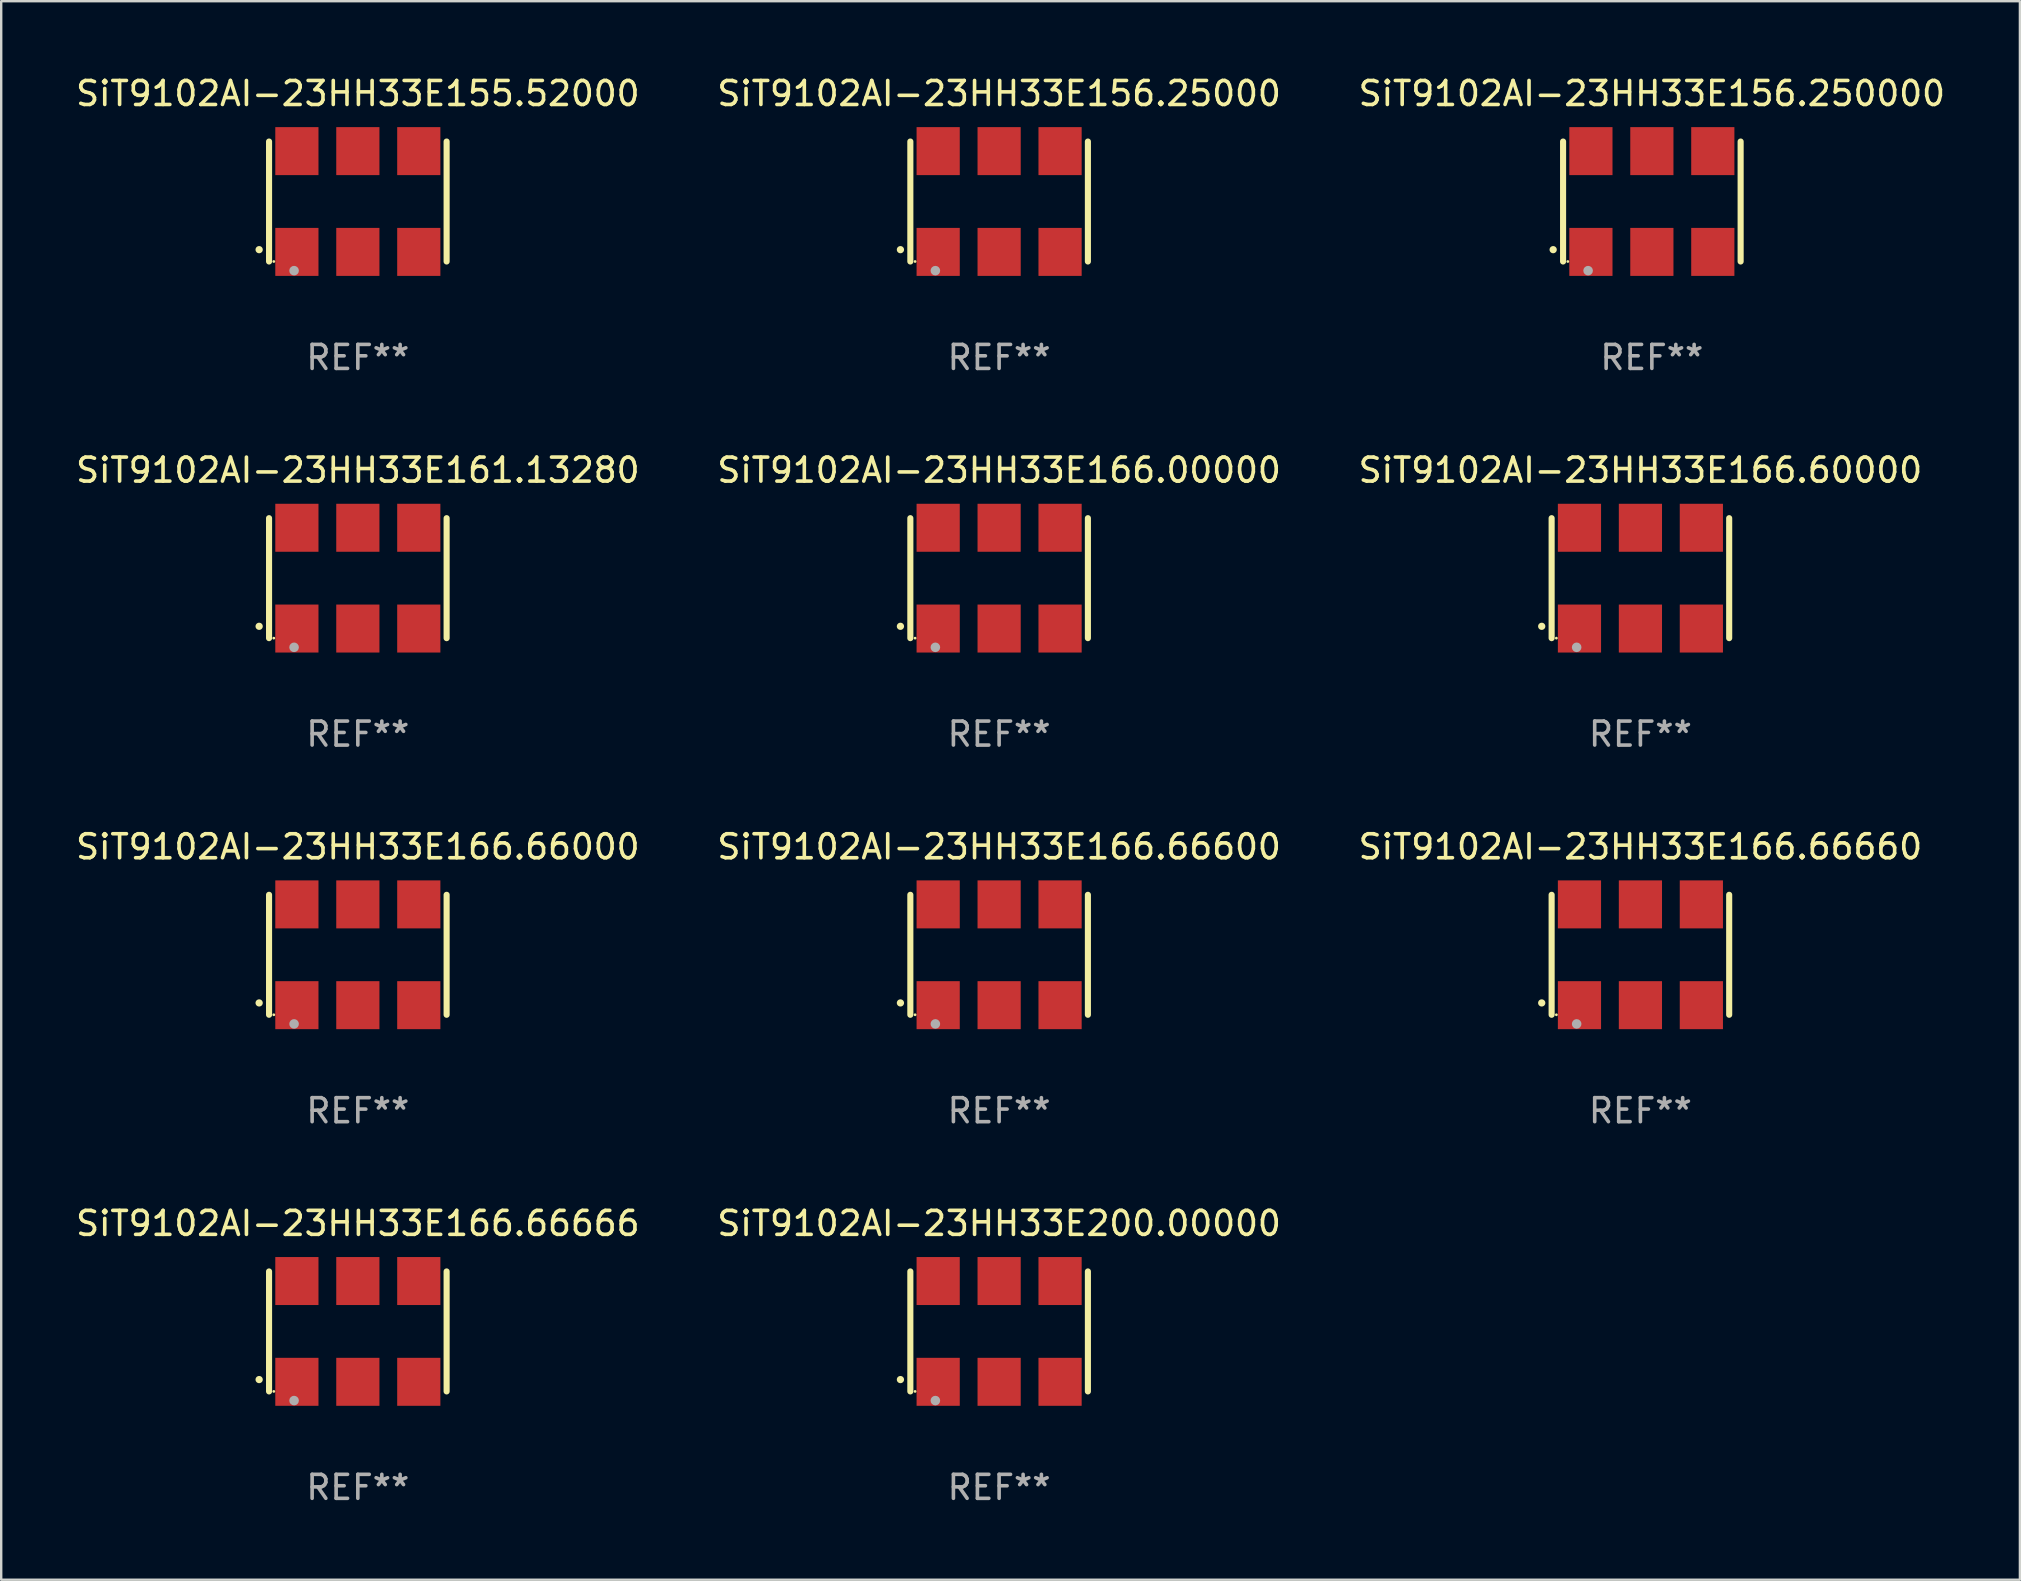
<source format=kicad_pcb>
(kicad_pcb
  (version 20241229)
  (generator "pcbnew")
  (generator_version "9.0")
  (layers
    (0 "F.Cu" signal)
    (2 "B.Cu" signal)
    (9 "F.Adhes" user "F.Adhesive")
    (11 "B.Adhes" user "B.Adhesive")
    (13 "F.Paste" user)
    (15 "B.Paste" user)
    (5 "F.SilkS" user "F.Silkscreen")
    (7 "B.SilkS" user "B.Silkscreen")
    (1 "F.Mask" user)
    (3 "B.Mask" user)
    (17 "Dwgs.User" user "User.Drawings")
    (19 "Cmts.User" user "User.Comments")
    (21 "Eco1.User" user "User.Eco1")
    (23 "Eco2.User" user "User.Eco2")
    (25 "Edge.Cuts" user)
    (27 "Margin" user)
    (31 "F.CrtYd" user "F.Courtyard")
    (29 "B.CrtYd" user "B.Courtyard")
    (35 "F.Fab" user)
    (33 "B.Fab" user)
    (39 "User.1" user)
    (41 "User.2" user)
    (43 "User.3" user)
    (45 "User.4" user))
  (footprint "SiT9102AI-23HH33E155.52000"
    (layer "F.Cu")
    (at 11.863 5.348)
    (property "Reference" "SiT9102AI-23HH33E155.52000" (at 0 -4.5 0) (layer "F.SilkS") (effects (font (size 1 1) (thickness 0.15))))
    (attr through_hole)
    (fp_line (start -3.7 -2.5) (end -3.7 2.5) (stroke (width 0.254) (type solid)) (layer "F.SilkS"))
    (fp_line (start 3.7 -2.5) (end 3.7 2.5) (stroke (width 0.254) (type solid)) (layer "F.SilkS"))
    (fp_arc (start -4.114415 2.006604) (mid -4.113145 2.006599) (end -4.111875 2.006604) (stroke (width 0.3) (type solid)) (layer "F.SilkS"))
    (fp_circle (center -3.502 2.5) (end -3.472 2.5) (stroke (width 0.06) (type solid)) (fill no) (layer "F.SilkS"))
    (fp_circle (center -2.657 2.882) (end -2.557 2.882) (stroke (width 0.2) (type solid)) (fill no) (layer "F.Fab"))
    (fp_text user "REF**" (at 0 6.5 0) (layer "F.Fab") (effects (font (size 1 1) (thickness 0.15))))
    (pad "1" smd rect (at -2.54 2.1) (size 1.8 2) (layers "F.Cu" "F.Mask" "F.Paste"))
    (pad "2" smd rect (at 0.000394 2.1) (size 1.8 2) (layers "F.Cu" "F.Mask" "F.Paste"))
    (pad "3" smd rect (at 2.54 2.1) (size 1.8 2) (layers "F.Cu" "F.Mask" "F.Paste"))
    (pad "4" smd rect (at 2.54 -2.1) (size 1.8 2) (layers "F.Cu" "F.Mask" "F.Paste"))
    (pad "5" smd rect (at 0.000394 -2.1) (size 1.8 2) (layers "F.Cu" "F.Mask" "F.Paste"))
    (pad "6" smd rect (at -2.54 -2.1) (size 1.8 2) (layers "F.Cu" "F.Mask" "F.Paste")))
  (footprint "SiT9102AI-23HH33E166.66660"
    (layer "F.Cu")
    (at 65.315 36.741)
    (property "Reference" "SiT9102AI-23HH33E166.66660" (at 0 -4.5 0) (layer "F.SilkS") (effects (font (size 1 1) (thickness 0.15))))
    (attr through_hole)
    (fp_line (start -3.7 -2.5) (end -3.7 2.5) (stroke (width 0.254) (type solid)) (layer "F.SilkS"))
    (fp_line (start 3.7 -2.5) (end 3.7 2.5) (stroke (width 0.254) (type solid)) (layer "F.SilkS"))
    (fp_arc (start -4.114415 2.006604) (mid -4.113145 2.006599) (end -4.111875 2.006604) (stroke (width 0.3) (type solid)) (layer "F.SilkS"))
    (fp_circle (center -3.502 2.5) (end -3.472 2.5) (stroke (width 0.06) (type solid)) (fill no) (layer "F.SilkS"))
    (fp_circle (center -2.657 2.882) (end -2.557 2.882) (stroke (width 0.2) (type solid)) (fill no) (layer "F.Fab"))
    (fp_text user "REF**" (at 0 6.5 0) (layer "F.Fab") (effects (font (size 1 1) (thickness 0.15))))
    (pad "1" smd rect (at -2.54 2.1) (size 1.8 2) (layers "F.Cu" "F.Mask" "F.Paste"))
    (pad "2" smd rect (at 0.000394 2.1) (size 1.8 2) (layers "F.Cu" "F.Mask" "F.Paste"))
    (pad "3" smd rect (at 2.54 2.1) (size 1.8 2) (layers "F.Cu" "F.Mask" "F.Paste"))
    (pad "4" smd rect (at 2.54 -2.1) (size 1.8 2) (layers "F.Cu" "F.Mask" "F.Paste"))
    (pad "5" smd rect (at 0.000394 -2.1) (size 1.8 2) (layers "F.Cu" "F.Mask" "F.Paste"))
    (pad "6" smd rect (at -2.54 -2.1) (size 1.8 2) (layers "F.Cu" "F.Mask" "F.Paste")))
  (footprint "SiT9102AI-23HH33E166.66000"
    (layer "F.Cu")
    (at 11.863 36.741)
    (property "Reference" "SiT9102AI-23HH33E166.66000" (at 0 -4.5 0) (layer "F.SilkS") (effects (font (size 1 1) (thickness 0.15))))
    (attr through_hole)
    (fp_line (start -3.7 -2.5) (end -3.7 2.5) (stroke (width 0.254) (type solid)) (layer "F.SilkS"))
    (fp_line (start 3.7 -2.5) (end 3.7 2.5) (stroke (width 0.254) (type solid)) (layer "F.SilkS"))
    (fp_arc (start -4.114415 2.006604) (mid -4.113145 2.006599) (end -4.111875 2.006604) (stroke (width 0.3) (type solid)) (layer "F.SilkS"))
    (fp_circle (center -3.502 2.5) (end -3.472 2.5) (stroke (width 0.06) (type solid)) (fill no) (layer "F.SilkS"))
    (fp_circle (center -2.657 2.882) (end -2.557 2.882) (stroke (width 0.2) (type solid)) (fill no) (layer "F.Fab"))
    (fp_text user "REF**" (at 0 6.5 0) (layer "F.Fab") (effects (font (size 1 1) (thickness 0.15))))
    (pad "1" smd rect (at -2.54 2.1) (size 1.8 2) (layers "F.Cu" "F.Mask" "F.Paste"))
    (pad "2" smd rect (at 0.000394 2.1) (size 1.8 2) (layers "F.Cu" "F.Mask" "F.Paste"))
    (pad "3" smd rect (at 2.54 2.1) (size 1.8 2) (layers "F.Cu" "F.Mask" "F.Paste"))
    (pad "4" smd rect (at 2.54 -2.1) (size 1.8 2) (layers "F.Cu" "F.Mask" "F.Paste"))
    (pad "5" smd rect (at 0.000394 -2.1) (size 1.8 2) (layers "F.Cu" "F.Mask" "F.Paste"))
    (pad "6" smd rect (at -2.54 -2.1) (size 1.8 2) (layers "F.Cu" "F.Mask" "F.Paste")))
  (footprint "SiT9102AI-23HH33E156.250000"
    (layer "F.Cu")
    (at 65.792 5.348)
    (property "Reference" "SiT9102AI-23HH33E156.250000" (at 0 -4.5 0) (layer "F.SilkS") (effects (font (size 1 1) (thickness 0.15))))
    (attr through_hole)
    (fp_line (start -3.7 -2.5) (end -3.7 2.5) (stroke (width 0.254) (type solid)) (layer "F.SilkS"))
    (fp_line (start 3.7 -2.5) (end 3.7 2.5) (stroke (width 0.254) (type solid)) (layer "F.SilkS"))
    (fp_arc (start -4.114415 2.006604) (mid -4.113145 2.006599) (end -4.111875 2.006604) (stroke (width 0.3) (type solid)) (layer "F.SilkS"))
    (fp_circle (center -3.502 2.5) (end -3.472 2.5) (stroke (width 0.06) (type solid)) (fill no) (layer "F.SilkS"))
    (fp_circle (center -2.657 2.882) (end -2.557 2.882) (stroke (width 0.2) (type solid)) (fill no) (layer "F.Fab"))
    (fp_text user "REF**" (at 0 6.5 0) (layer "F.Fab") (effects (font (size 1 1) (thickness 0.15))))
    (pad "1" smd rect (at -2.54 2.1) (size 1.8 2) (layers "F.Cu" "F.Mask" "F.Paste"))
    (pad "2" smd rect (at 0.000394 2.1) (size 1.8 2) (layers "F.Cu" "F.Mask" "F.Paste"))
    (pad "3" smd rect (at 2.54 2.1) (size 1.8 2) (layers "F.Cu" "F.Mask" "F.Paste"))
    (pad "4" smd rect (at 2.54 -2.1) (size 1.8 2) (layers "F.Cu" "F.Mask" "F.Paste"))
    (pad "5" smd rect (at 0.000394 -2.1) (size 1.8 2) (layers "F.Cu" "F.Mask" "F.Paste"))
    (pad "6" smd rect (at -2.54 -2.1) (size 1.8 2) (layers "F.Cu" "F.Mask" "F.Paste")))
  (footprint "SiT9102AI-23HH33E166.60000"
    (layer "F.Cu")
    (at 65.315 21.045)
    (property "Reference" "SiT9102AI-23HH33E166.60000" (at 0 -4.5 0) (layer "F.SilkS") (effects (font (size 1 1) (thickness 0.15))))
    (attr through_hole)
    (fp_line (start -3.7 -2.5) (end -3.7 2.5) (stroke (width 0.254) (type solid)) (layer "F.SilkS"))
    (fp_line (start 3.7 -2.5) (end 3.7 2.5) (stroke (width 0.254) (type solid)) (layer "F.SilkS"))
    (fp_arc (start -4.114415 2.006604) (mid -4.113145 2.006599) (end -4.111875 2.006604) (stroke (width 0.3) (type solid)) (layer "F.SilkS"))
    (fp_circle (center -3.502 2.5) (end -3.472 2.5) (stroke (width 0.06) (type solid)) (fill no) (layer "F.SilkS"))
    (fp_circle (center -2.657 2.882) (end -2.557 2.882) (stroke (width 0.2) (type solid)) (fill no) (layer "F.Fab"))
    (fp_text user "REF**" (at 0 6.5 0) (layer "F.Fab") (effects (font (size 1 1) (thickness 0.15))))
    (pad "1" smd rect (at -2.54 2.1) (size 1.8 2) (layers "F.Cu" "F.Mask" "F.Paste"))
    (pad "2" smd rect (at 0.000394 2.1) (size 1.8 2) (layers "F.Cu" "F.Mask" "F.Paste"))
    (pad "3" smd rect (at 2.54 2.1) (size 1.8 2) (layers "F.Cu" "F.Mask" "F.Paste"))
    (pad "4" smd rect (at 2.54 -2.1) (size 1.8 2) (layers "F.Cu" "F.Mask" "F.Paste"))
    (pad "5" smd rect (at 0.000394 -2.1) (size 1.8 2) (layers "F.Cu" "F.Mask" "F.Paste"))
    (pad "6" smd rect (at -2.54 -2.1) (size 1.8 2) (layers "F.Cu" "F.Mask" "F.Paste")))
  (footprint "SiT9102AI-23HH33E200.00000"
    (layer "F.Cu")
    (at 38.589 52.438)
    (property "Reference" "SiT9102AI-23HH33E200.00000" (at 0 -4.5 0) (layer "F.SilkS") (effects (font (size 1 1) (thickness 0.15))))
    (attr through_hole)
    (fp_line (start -3.7 -2.5) (end -3.7 2.5) (stroke (width 0.254) (type solid)) (layer "F.SilkS"))
    (fp_line (start 3.7 -2.5) (end 3.7 2.5) (stroke (width 0.254) (type solid)) (layer "F.SilkS"))
    (fp_arc (start -4.114415 2.006604) (mid -4.113145 2.006599) (end -4.111875 2.006604) (stroke (width 0.3) (type solid)) (layer "F.SilkS"))
    (fp_circle (center -3.502 2.5) (end -3.472 2.5) (stroke (width 0.06) (type solid)) (fill no) (layer "F.SilkS"))
    (fp_circle (center -2.657 2.882) (end -2.557 2.882) (stroke (width 0.2) (type solid)) (fill no) (layer "F.Fab"))
    (fp_text user "REF**" (at 0 6.5 0) (layer "F.Fab") (effects (font (size 1 1) (thickness 0.15))))
    (pad "1" smd rect (at -2.54 2.1) (size 1.8 2) (layers "F.Cu" "F.Mask" "F.Paste"))
    (pad "2" smd rect (at 0.000394 2.1) (size 1.8 2) (layers "F.Cu" "F.Mask" "F.Paste"))
    (pad "3" smd rect (at 2.54 2.1) (size 1.8 2) (layers "F.Cu" "F.Mask" "F.Paste"))
    (pad "4" smd rect (at 2.54 -2.1) (size 1.8 2) (layers "F.Cu" "F.Mask" "F.Paste"))
    (pad "5" smd rect (at 0.000394 -2.1) (size 1.8 2) (layers "F.Cu" "F.Mask" "F.Paste"))
    (pad "6" smd rect (at -2.54 -2.1) (size 1.8 2) (layers "F.Cu" "F.Mask" "F.Paste")))
  (footprint "SiT9102AI-23HH33E166.66666"
    (layer "F.Cu")
    (at 11.863 52.438)
    (property "Reference" "SiT9102AI-23HH33E166.66666" (at 0 -4.5 0) (layer "F.SilkS") (effects (font (size 1 1) (thickness 0.15))))
    (attr through_hole)
    (fp_line (start -3.7 -2.5) (end -3.7 2.5) (stroke (width 0.254) (type solid)) (layer "F.SilkS"))
    (fp_line (start 3.7 -2.5) (end 3.7 2.5) (stroke (width 0.254) (type solid)) (layer "F.SilkS"))
    (fp_arc (start -4.114415 2.006604) (mid -4.113145 2.006599) (end -4.111875 2.006604) (stroke (width 0.3) (type solid)) (layer "F.SilkS"))
    (fp_circle (center -3.502 2.5) (end -3.472 2.5) (stroke (width 0.06) (type solid)) (fill no) (layer "F.SilkS"))
    (fp_circle (center -2.657 2.882) (end -2.557 2.882) (stroke (width 0.2) (type solid)) (fill no) (layer "F.Fab"))
    (fp_text user "REF**" (at 0 6.5 0) (layer "F.Fab") (effects (font (size 1 1) (thickness 0.15))))
    (pad "1" smd rect (at -2.54 2.1) (size 1.8 2) (layers "F.Cu" "F.Mask" "F.Paste"))
    (pad "2" smd rect (at 0.000394 2.1) (size 1.8 2) (layers "F.Cu" "F.Mask" "F.Paste"))
    (pad "3" smd rect (at 2.54 2.1) (size 1.8 2) (layers "F.Cu" "F.Mask" "F.Paste"))
    (pad "4" smd rect (at 2.54 -2.1) (size 1.8 2) (layers "F.Cu" "F.Mask" "F.Paste"))
    (pad "5" smd rect (at 0.000394 -2.1) (size 1.8 2) (layers "F.Cu" "F.Mask" "F.Paste"))
    (pad "6" smd rect (at -2.54 -2.1) (size 1.8 2) (layers "F.Cu" "F.Mask" "F.Paste")))
  (footprint "SiT9102AI-23HH33E166.66600"
    (layer "F.Cu")
    (at 38.589 36.741)
    (property "Reference" "SiT9102AI-23HH33E166.66600" (at 0 -4.5 0) (layer "F.SilkS") (effects (font (size 1 1) (thickness 0.15))))
    (attr through_hole)
    (fp_line (start -3.7 -2.5) (end -3.7 2.5) (stroke (width 0.254) (type solid)) (layer "F.SilkS"))
    (fp_line (start 3.7 -2.5) (end 3.7 2.5) (stroke (width 0.254) (type solid)) (layer "F.SilkS"))
    (fp_arc (start -4.114415 2.006604) (mid -4.113145 2.006599) (end -4.111875 2.006604) (stroke (width 0.3) (type solid)) (layer "F.SilkS"))
    (fp_circle (center -3.502 2.5) (end -3.472 2.5) (stroke (width 0.06) (type solid)) (fill no) (layer "F.SilkS"))
    (fp_circle (center -2.657 2.882) (end -2.557 2.882) (stroke (width 0.2) (type solid)) (fill no) (layer "F.Fab"))
    (fp_text user "REF**" (at 0 6.5 0) (layer "F.Fab") (effects (font (size 1 1) (thickness 0.15))))
    (pad "1" smd rect (at -2.54 2.1) (size 1.8 2) (layers "F.Cu" "F.Mask" "F.Paste"))
    (pad "2" smd rect (at 0.000394 2.1) (size 1.8 2) (layers "F.Cu" "F.Mask" "F.Paste"))
    (pad "3" smd rect (at 2.54 2.1) (size 1.8 2) (layers "F.Cu" "F.Mask" "F.Paste"))
    (pad "4" smd rect (at 2.54 -2.1) (size 1.8 2) (layers "F.Cu" "F.Mask" "F.Paste"))
    (pad "5" smd rect (at 0.000394 -2.1) (size 1.8 2) (layers "F.Cu" "F.Mask" "F.Paste"))
    (pad "6" smd rect (at -2.54 -2.1) (size 1.8 2) (layers "F.Cu" "F.Mask" "F.Paste")))
  (footprint "SiT9102AI-23HH33E156.25000"
    (layer "F.Cu")
    (at 38.589 5.348)
    (property "Reference" "SiT9102AI-23HH33E156.25000" (at 0 -4.5 0) (layer "F.SilkS") (effects (font (size 1 1) (thickness 0.15))))
    (attr through_hole)
    (fp_line (start -3.7 -2.5) (end -3.7 2.5) (stroke (width 0.254) (type solid)) (layer "F.SilkS"))
    (fp_line (start 3.7 -2.5) (end 3.7 2.5) (stroke (width 0.254) (type solid)) (layer "F.SilkS"))
    (fp_arc (start -4.114415 2.006604) (mid -4.113145 2.006599) (end -4.111875 2.006604) (stroke (width 0.3) (type solid)) (layer "F.SilkS"))
    (fp_circle (center -3.502 2.5) (end -3.472 2.5) (stroke (width 0.06) (type solid)) (fill no) (layer "F.SilkS"))
    (fp_circle (center -2.657 2.882) (end -2.557 2.882) (stroke (width 0.2) (type solid)) (fill no) (layer "F.Fab"))
    (fp_text user "REF**" (at 0 6.5 0) (layer "F.Fab") (effects (font (size 1 1) (thickness 0.15))))
    (pad "1" smd rect (at -2.54 2.1) (size 1.8 2) (layers "F.Cu" "F.Mask" "F.Paste"))
    (pad "2" smd rect (at 0.000394 2.1) (size 1.8 2) (layers "F.Cu" "F.Mask" "F.Paste"))
    (pad "3" smd rect (at 2.54 2.1) (size 1.8 2) (layers "F.Cu" "F.Mask" "F.Paste"))
    (pad "4" smd rect (at 2.54 -2.1) (size 1.8 2) (layers "F.Cu" "F.Mask" "F.Paste"))
    (pad "5" smd rect (at 0.000394 -2.1) (size 1.8 2) (layers "F.Cu" "F.Mask" "F.Paste"))
    (pad "6" smd rect (at -2.54 -2.1) (size 1.8 2) (layers "F.Cu" "F.Mask" "F.Paste")))
  (footprint "SiT9102AI-23HH33E166.00000"
    (layer "F.Cu")
    (at 38.589 21.045)
    (property "Reference" "SiT9102AI-23HH33E166.00000" (at 0 -4.5 0) (layer "F.SilkS") (effects (font (size 1 1) (thickness 0.15))))
    (attr through_hole)
    (fp_line (start -3.7 -2.5) (end -3.7 2.5) (stroke (width 0.254) (type solid)) (layer "F.SilkS"))
    (fp_line (start 3.7 -2.5) (end 3.7 2.5) (stroke (width 0.254) (type solid)) (layer "F.SilkS"))
    (fp_arc (start -4.114415 2.006604) (mid -4.113145 2.006599) (end -4.111875 2.006604) (stroke (width 0.3) (type solid)) (layer "F.SilkS"))
    (fp_circle (center -3.502 2.5) (end -3.472 2.5) (stroke (width 0.06) (type solid)) (fill no) (layer "F.SilkS"))
    (fp_circle (center -2.657 2.882) (end -2.557 2.882) (stroke (width 0.2) (type solid)) (fill no) (layer "F.Fab"))
    (fp_text user "REF**" (at 0 6.5 0) (layer "F.Fab") (effects (font (size 1 1) (thickness 0.15))))
    (pad "1" smd rect (at -2.54 2.1) (size 1.8 2) (layers "F.Cu" "F.Mask" "F.Paste"))
    (pad "2" smd rect (at 0.000394 2.1) (size 1.8 2) (layers "F.Cu" "F.Mask" "F.Paste"))
    (pad "3" smd rect (at 2.54 2.1) (size 1.8 2) (layers "F.Cu" "F.Mask" "F.Paste"))
    (pad "4" smd rect (at 2.54 -2.1) (size 1.8 2) (layers "F.Cu" "F.Mask" "F.Paste"))
    (pad "5" smd rect (at 0.000394 -2.1) (size 1.8 2) (layers "F.Cu" "F.Mask" "F.Paste"))
    (pad "6" smd rect (at -2.54 -2.1) (size 1.8 2) (layers "F.Cu" "F.Mask" "F.Paste")))
  (footprint "SiT9102AI-23HH33E161.13280"
    (layer "F.Cu")
    (at 11.863 21.045)
    (property "Reference" "SiT9102AI-23HH33E161.13280" (at 0 -4.5 0) (layer "F.SilkS") (effects (font (size 1 1) (thickness 0.15))))
    (attr through_hole)
    (fp_line (start -3.7 -2.5) (end -3.7 2.5) (stroke (width 0.254) (type solid)) (layer "F.SilkS"))
    (fp_line (start 3.7 -2.5) (end 3.7 2.5) (stroke (width 0.254) (type solid)) (layer "F.SilkS"))
    (fp_arc (start -4.114415 2.006604) (mid -4.113145 2.006599) (end -4.111875 2.006604) (stroke (width 0.3) (type solid)) (layer "F.SilkS"))
    (fp_circle (center -3.502 2.5) (end -3.472 2.5) (stroke (width 0.06) (type solid)) (fill no) (layer "F.SilkS"))
    (fp_circle (center -2.657 2.882) (end -2.557 2.882) (stroke (width 0.2) (type solid)) (fill no) (layer "F.Fab"))
    (fp_text user "REF**" (at 0 6.5 0) (layer "F.Fab") (effects (font (size 1 1) (thickness 0.15))))
    (pad "1" smd rect (at -2.54 2.1) (size 1.8 2) (layers "F.Cu" "F.Mask" "F.Paste"))
    (pad "2" smd rect (at 0.000394 2.1) (size 1.8 2) (layers "F.Cu" "F.Mask" "F.Paste"))
    (pad "3" smd rect (at 2.54 2.1) (size 1.8 2) (layers "F.Cu" "F.Mask" "F.Paste"))
    (pad "4" smd rect (at 2.54 -2.1) (size 1.8 2) (layers "F.Cu" "F.Mask" "F.Paste"))
    (pad "5" smd rect (at 0.000394 -2.1) (size 1.8 2) (layers "F.Cu" "F.Mask" "F.Paste"))
    (pad "6" smd rect (at -2.54 -2.1) (size 1.8 2) (layers "F.Cu" "F.Mask" "F.Paste")))
  (gr_rect
    (start -3 -3)
    (end 81.131 62.786)
    (stroke (width 0.1) (type default))
    (fill no)
    (layer "Edge.Cuts")))
</source>
